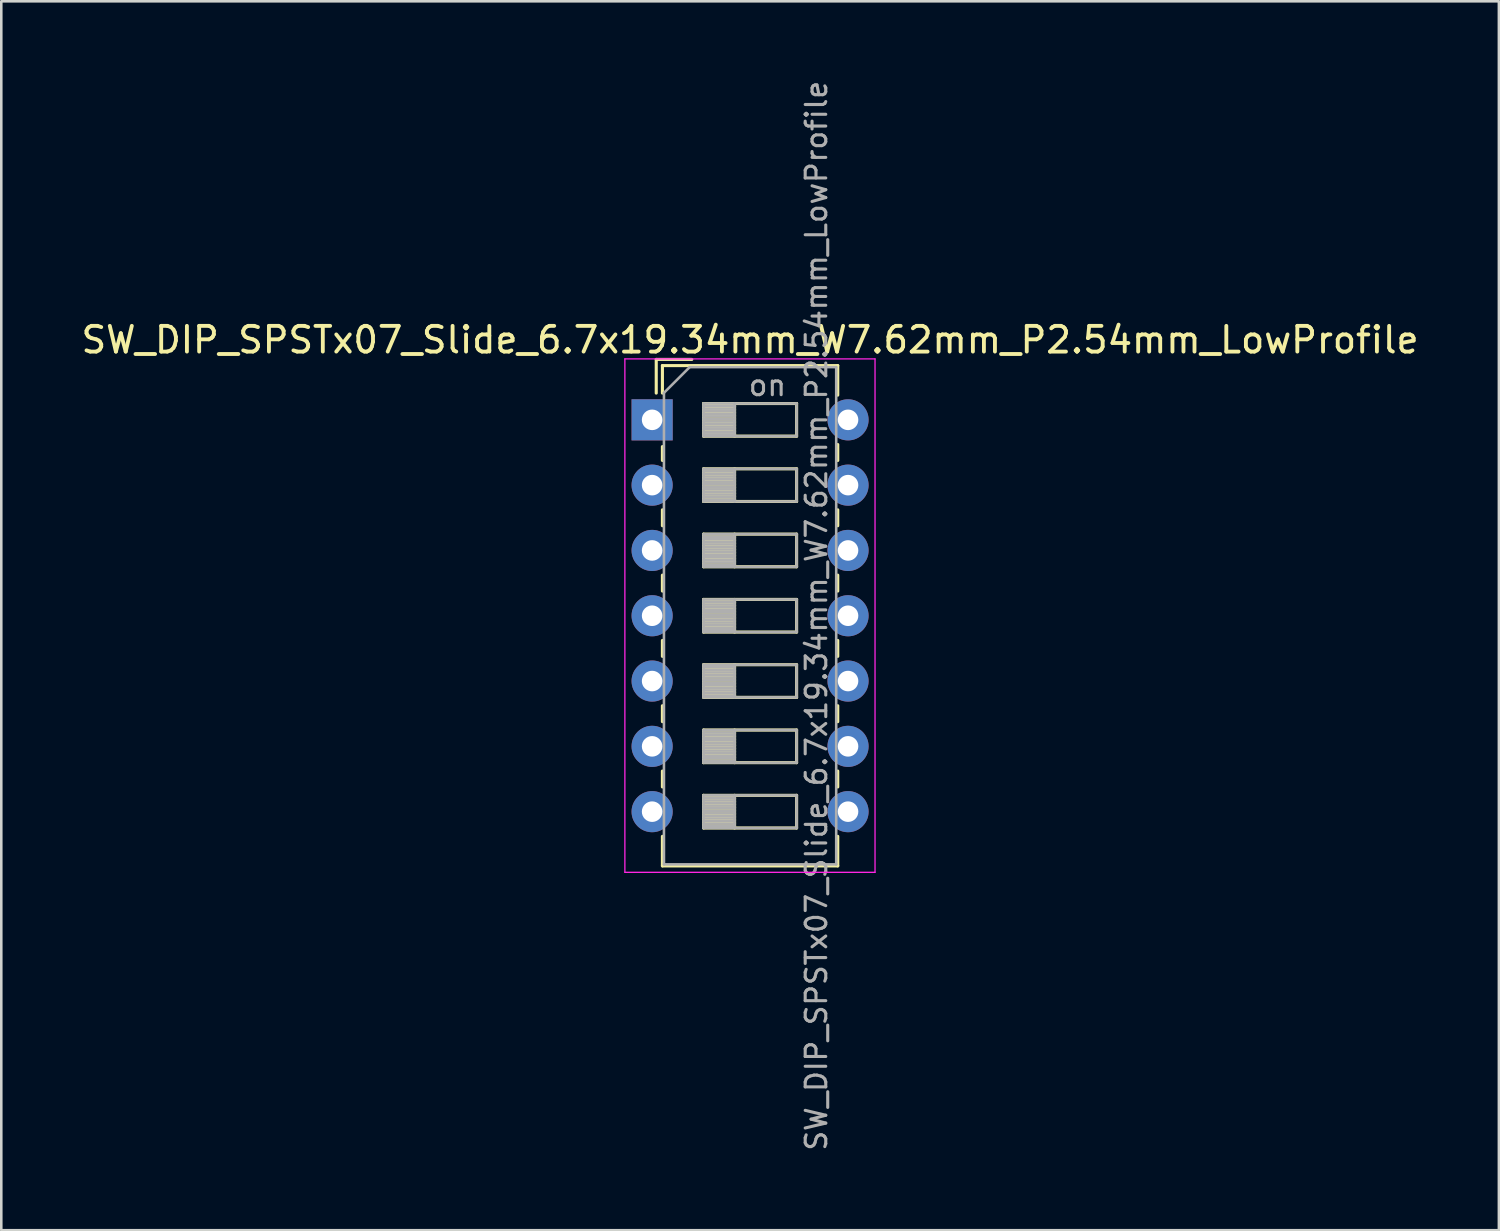
<source format=kicad_pcb>
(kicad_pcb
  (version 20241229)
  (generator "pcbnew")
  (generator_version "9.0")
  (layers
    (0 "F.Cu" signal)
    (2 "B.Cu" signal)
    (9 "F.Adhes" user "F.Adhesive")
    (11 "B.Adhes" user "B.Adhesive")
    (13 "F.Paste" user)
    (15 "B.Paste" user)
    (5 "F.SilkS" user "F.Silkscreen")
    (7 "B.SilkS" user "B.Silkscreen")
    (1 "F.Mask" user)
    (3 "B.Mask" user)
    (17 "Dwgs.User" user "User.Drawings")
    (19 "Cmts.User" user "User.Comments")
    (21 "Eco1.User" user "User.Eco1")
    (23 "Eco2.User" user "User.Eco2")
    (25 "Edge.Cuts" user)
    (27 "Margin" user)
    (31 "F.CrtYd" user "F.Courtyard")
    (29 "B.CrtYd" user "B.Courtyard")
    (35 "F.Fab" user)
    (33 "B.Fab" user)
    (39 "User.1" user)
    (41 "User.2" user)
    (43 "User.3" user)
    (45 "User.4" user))
  (footprint "SW_DIP_SPSTx07_Slide_6.7x19.34mm_W7.62mm_P2.54mm_LowProfile"
    (layer "F.Cu")
    (at 22.315 13.28)
    (property "Reference" "SW_DIP_SPSTx07_Slide_6.7x19.34mm_W7.62mm_P2.54mm_LowProfile" (at 3.81 -3.11 0) (layer "F.SilkS") (effects (font (size 1 1) (thickness 0.15))))
    (attr through_hole)
    (fp_line (start 0.16 -2.35) (end 0.16 -1.04) (stroke (width 0.12) (type solid)) (layer "F.SilkS"))
    (fp_line (start 0.16 -2.35) (end 1.543 -2.35) (stroke (width 0.12) (type solid)) (layer "F.SilkS"))
    (fp_line (start 0.4 -2.11) (end 0.4 -1.04) (stroke (width 0.12) (type solid)) (layer "F.SilkS"))
    (fp_line (start 0.4 -2.11) (end 7.22 -2.11) (stroke (width 0.12) (type solid)) (layer "F.SilkS"))
    (fp_line (start 0.4 1.04) (end 0.4 1.58) (stroke (width 0.12) (type solid)) (layer "F.SilkS"))
    (fp_line (start 0.4 3.5) (end 0.4 4.12) (stroke (width 0.12) (type solid)) (layer "F.SilkS"))
    (fp_line (start 0.4 6.04) (end 0.4 6.66) (stroke (width 0.12) (type solid)) (layer "F.SilkS"))
    (fp_line (start 0.4 8.58) (end 0.4 9.2) (stroke (width 0.12) (type solid)) (layer "F.SilkS"))
    (fp_line (start 0.4 11.12) (end 0.4 11.74) (stroke (width 0.12) (type solid)) (layer "F.SilkS"))
    (fp_line (start 0.4 13.66) (end 0.4 14.28) (stroke (width 0.12) (type solid)) (layer "F.SilkS"))
    (fp_line (start 0.4 16.2) (end 0.4 17.35) (stroke (width 0.12) (type solid)) (layer "F.SilkS"))
    (fp_line (start 0.4 17.35) (end 7.22 17.35) (stroke (width 0.12) (type solid)) (layer "F.SilkS"))
    (fp_line (start 2 -0.635) (end 2 0.635) (stroke (width 0.12) (type solid)) (layer "F.SilkS"))
    (fp_line (start 2 -0.515) (end 3.207 -0.515) (stroke (width 0.12) (type solid)) (layer "F.SilkS"))
    (fp_line (start 2 -0.395) (end 3.207 -0.395) (stroke (width 0.12) (type solid)) (layer "F.SilkS"))
    (fp_line (start 2 -0.275) (end 3.207 -0.275) (stroke (width 0.12) (type solid)) (layer "F.SilkS"))
    (fp_line (start 2 -0.155) (end 3.207 -0.155) (stroke (width 0.12) (type solid)) (layer "F.SilkS"))
    (fp_line (start 2 -0.035) (end 3.207 -0.035) (stroke (width 0.12) (type solid)) (layer "F.SilkS"))
    (fp_line (start 2 0.085) (end 3.207 0.085) (stroke (width 0.12) (type solid)) (layer "F.SilkS"))
    (fp_line (start 2 0.205) (end 3.207 0.205) (stroke (width 0.12) (type solid)) (layer "F.SilkS"))
    (fp_line (start 2 0.325) (end 3.207 0.325) (stroke (width 0.12) (type solid)) (layer "F.SilkS"))
    (fp_line (start 2 0.445) (end 3.207 0.445) (stroke (width 0.12) (type solid)) (layer "F.SilkS"))
    (fp_line (start 2 0.565) (end 3.207 0.565) (stroke (width 0.12) (type solid)) (layer "F.SilkS"))
    (fp_line (start 2 0.635) (end 5.62 0.635) (stroke (width 0.12) (type solid)) (layer "F.SilkS"))
    (fp_line (start 2 1.905) (end 2 3.175) (stroke (width 0.12) (type solid)) (layer "F.SilkS"))
    (fp_line (start 2 2.025) (end 3.207 2.025) (stroke (width 0.12) (type solid)) (layer "F.SilkS"))
    (fp_line (start 2 2.145) (end 3.207 2.145) (stroke (width 0.12) (type solid)) (layer "F.SilkS"))
    (fp_line (start 2 2.265) (end 3.207 2.265) (stroke (width 0.12) (type solid)) (layer "F.SilkS"))
    (fp_line (start 2 2.385) (end 3.207 2.385) (stroke (width 0.12) (type solid)) (layer "F.SilkS"))
    (fp_line (start 2 2.505) (end 3.207 2.505) (stroke (width 0.12) (type solid)) (layer "F.SilkS"))
    (fp_line (start 2 2.625) (end 3.207 2.625) (stroke (width 0.12) (type solid)) (layer "F.SilkS"))
    (fp_line (start 2 2.745) (end 3.207 2.745) (stroke (width 0.12) (type solid)) (layer "F.SilkS"))
    (fp_line (start 2 2.865) (end 3.207 2.865) (stroke (width 0.12) (type solid)) (layer "F.SilkS"))
    (fp_line (start 2 2.985) (end 3.207 2.985) (stroke (width 0.12) (type solid)) (layer "F.SilkS"))
    (fp_line (start 2 3.105) (end 3.207 3.105) (stroke (width 0.12) (type solid)) (layer "F.SilkS"))
    (fp_line (start 2 3.175) (end 5.62 3.175) (stroke (width 0.12) (type solid)) (layer "F.SilkS"))
    (fp_line (start 2 4.445) (end 2 5.715) (stroke (width 0.12) (type solid)) (layer "F.SilkS"))
    (fp_line (start 2 4.565) (end 3.207 4.565) (stroke (width 0.12) (type solid)) (layer "F.SilkS"))
    (fp_line (start 2 4.685) (end 3.207 4.685) (stroke (width 0.12) (type solid)) (layer "F.SilkS"))
    (fp_line (start 2 4.805) (end 3.207 4.805) (stroke (width 0.12) (type solid)) (layer "F.SilkS"))
    (fp_line (start 2 4.925) (end 3.207 4.925) (stroke (width 0.12) (type solid)) (layer "F.SilkS"))
    (fp_line (start 2 5.045) (end 3.207 5.045) (stroke (width 0.12) (type solid)) (layer "F.SilkS"))
    (fp_line (start 2 5.165) (end 3.207 5.165) (stroke (width 0.12) (type solid)) (layer "F.SilkS"))
    (fp_line (start 2 5.285) (end 3.207 5.285) (stroke (width 0.12) (type solid)) (layer "F.SilkS"))
    (fp_line (start 2 5.405) (end 3.207 5.405) (stroke (width 0.12) (type solid)) (layer "F.SilkS"))
    (fp_line (start 2 5.525) (end 3.207 5.525) (stroke (width 0.12) (type solid)) (layer "F.SilkS"))
    (fp_line (start 2 5.645) (end 3.207 5.645) (stroke (width 0.12) (type solid)) (layer "F.SilkS"))
    (fp_line (start 2 5.715) (end 5.62 5.715) (stroke (width 0.12) (type solid)) (layer "F.SilkS"))
    (fp_line (start 2 6.985) (end 2 8.255) (stroke (width 0.12) (type solid)) (layer "F.SilkS"))
    (fp_line (start 2 7.105) (end 3.207 7.105) (stroke (width 0.12) (type solid)) (layer "F.SilkS"))
    (fp_line (start 2 7.225) (end 3.207 7.225) (stroke (width 0.12) (type solid)) (layer "F.SilkS"))
    (fp_line (start 2 7.345) (end 3.207 7.345) (stroke (width 0.12) (type solid)) (layer "F.SilkS"))
    (fp_line (start 2 7.465) (end 3.207 7.465) (stroke (width 0.12) (type solid)) (layer "F.SilkS"))
    (fp_line (start 2 7.585) (end 3.207 7.585) (stroke (width 0.12) (type solid)) (layer "F.SilkS"))
    (fp_line (start 2 7.705) (end 3.207 7.705) (stroke (width 0.12) (type solid)) (layer "F.SilkS"))
    (fp_line (start 2 7.825) (end 3.207 7.825) (stroke (width 0.12) (type solid)) (layer "F.SilkS"))
    (fp_line (start 2 7.945) (end 3.207 7.945) (stroke (width 0.12) (type solid)) (layer "F.SilkS"))
    (fp_line (start 2 8.065) (end 3.207 8.065) (stroke (width 0.12) (type solid)) (layer "F.SilkS"))
    (fp_line (start 2 8.185) (end 3.207 8.185) (stroke (width 0.12) (type solid)) (layer "F.SilkS"))
    (fp_line (start 2 8.255) (end 5.62 8.255) (stroke (width 0.12) (type solid)) (layer "F.SilkS"))
    (fp_line (start 2 9.525) (end 2 10.795) (stroke (width 0.12) (type solid)) (layer "F.SilkS"))
    (fp_line (start 2 9.645) (end 3.207 9.645) (stroke (width 0.12) (type solid)) (layer "F.SilkS"))
    (fp_line (start 2 9.765) (end 3.207 9.765) (stroke (width 0.12) (type solid)) (layer "F.SilkS"))
    (fp_line (start 2 9.885) (end 3.207 9.885) (stroke (width 0.12) (type solid)) (layer "F.SilkS"))
    (fp_line (start 2 10.005) (end 3.207 10.005) (stroke (width 0.12) (type solid)) (layer "F.SilkS"))
    (fp_line (start 2 10.125) (end 3.207 10.125) (stroke (width 0.12) (type solid)) (layer "F.SilkS"))
    (fp_line (start 2 10.245) (end 3.207 10.245) (stroke (width 0.12) (type solid)) (layer "F.SilkS"))
    (fp_line (start 2 10.365) (end 3.207 10.365) (stroke (width 0.12) (type solid)) (layer "F.SilkS"))
    (fp_line (start 2 10.485) (end 3.207 10.485) (stroke (width 0.12) (type solid)) (layer "F.SilkS"))
    (fp_line (start 2 10.605) (end 3.207 10.605) (stroke (width 0.12) (type solid)) (layer "F.SilkS"))
    (fp_line (start 2 10.725) (end 3.207 10.725) (stroke (width 0.12) (type solid)) (layer "F.SilkS"))
    (fp_line (start 2 10.795) (end 5.62 10.795) (stroke (width 0.12) (type solid)) (layer "F.SilkS"))
    (fp_line (start 2 12.065) (end 2 13.335) (stroke (width 0.12) (type solid)) (layer "F.SilkS"))
    (fp_line (start 2 12.185) (end 3.207 12.185) (stroke (width 0.12) (type solid)) (layer "F.SilkS"))
    (fp_line (start 2 12.305) (end 3.207 12.305) (stroke (width 0.12) (type solid)) (layer "F.SilkS"))
    (fp_line (start 2 12.425) (end 3.207 12.425) (stroke (width 0.12) (type solid)) (layer "F.SilkS"))
    (fp_line (start 2 12.545) (end 3.207 12.545) (stroke (width 0.12) (type solid)) (layer "F.SilkS"))
    (fp_line (start 2 12.665) (end 3.207 12.665) (stroke (width 0.12) (type solid)) (layer "F.SilkS"))
    (fp_line (start 2 12.785) (end 3.207 12.785) (stroke (width 0.12) (type solid)) (layer "F.SilkS"))
    (fp_line (start 2 12.905) (end 3.207 12.905) (stroke (width 0.12) (type solid)) (layer "F.SilkS"))
    (fp_line (start 2 13.025) (end 3.207 13.025) (stroke (width 0.12) (type solid)) (layer "F.SilkS"))
    (fp_line (start 2 13.145) (end 3.207 13.145) (stroke (width 0.12) (type solid)) (layer "F.SilkS"))
    (fp_line (start 2 13.265) (end 3.207 13.265) (stroke (width 0.12) (type solid)) (layer "F.SilkS"))
    (fp_line (start 2 13.335) (end 5.62 13.335) (stroke (width 0.12) (type solid)) (layer "F.SilkS"))
    (fp_line (start 2 14.605) (end 2 15.875) (stroke (width 0.12) (type solid)) (layer "F.SilkS"))
    (fp_line (start 2 14.725) (end 3.207 14.725) (stroke (width 0.12) (type solid)) (layer "F.SilkS"))
    (fp_line (start 2 14.845) (end 3.207 14.845) (stroke (width 0.12) (type solid)) (layer "F.SilkS"))
    (fp_line (start 2 14.965) (end 3.207 14.965) (stroke (width 0.12) (type solid)) (layer "F.SilkS"))
    (fp_line (start 2 15.085) (end 3.207 15.085) (stroke (width 0.12) (type solid)) (layer "F.SilkS"))
    (fp_line (start 2 15.205) (end 3.207 15.205) (stroke (width 0.12) (type solid)) (layer "F.SilkS"))
    (fp_line (start 2 15.325) (end 3.207 15.325) (stroke (width 0.12) (type solid)) (layer "F.SilkS"))
    (fp_line (start 2 15.445) (end 3.207 15.445) (stroke (width 0.12) (type solid)) (layer "F.SilkS"))
    (fp_line (start 2 15.565) (end 3.207 15.565) (stroke (width 0.12) (type solid)) (layer "F.SilkS"))
    (fp_line (start 2 15.685) (end 3.207 15.685) (stroke (width 0.12) (type solid)) (layer "F.SilkS"))
    (fp_line (start 2 15.805) (end 3.207 15.805) (stroke (width 0.12) (type solid)) (layer "F.SilkS"))
    (fp_line (start 2 15.875) (end 5.62 15.875) (stroke (width 0.12) (type solid)) (layer "F.SilkS"))
    (fp_line (start 3.207 -0.635) (end 3.207 0.635) (stroke (width 0.12) (type solid)) (layer "F.SilkS"))
    (fp_line (start 3.207 1.905) (end 3.207 3.175) (stroke (width 0.12) (type solid)) (layer "F.SilkS"))
    (fp_line (start 3.207 4.445) (end 3.207 5.715) (stroke (width 0.12) (type solid)) (layer "F.SilkS"))
    (fp_line (start 3.207 6.985) (end 3.207 8.255) (stroke (width 0.12) (type solid)) (layer "F.SilkS"))
    (fp_line (start 3.207 9.525) (end 3.207 10.795) (stroke (width 0.12) (type solid)) (layer "F.SilkS"))
    (fp_line (start 3.207 12.065) (end 3.207 13.335) (stroke (width 0.12) (type solid)) (layer "F.SilkS"))
    (fp_line (start 3.207 14.605) (end 3.207 15.875) (stroke (width 0.12) (type solid)) (layer "F.SilkS"))
    (fp_line (start 5.62 -0.635) (end 2 -0.635) (stroke (width 0.12) (type solid)) (layer "F.SilkS"))
    (fp_line (start 5.62 0.635) (end 5.62 -0.635) (stroke (width 0.12) (type solid)) (layer "F.SilkS"))
    (fp_line (start 5.62 1.905) (end 2 1.905) (stroke (width 0.12) (type solid)) (layer "F.SilkS"))
    (fp_line (start 5.62 3.175) (end 5.62 1.905) (stroke (width 0.12) (type solid)) (layer "F.SilkS"))
    (fp_line (start 5.62 4.445) (end 2 4.445) (stroke (width 0.12) (type solid)) (layer "F.SilkS"))
    (fp_line (start 5.62 5.715) (end 5.62 4.445) (stroke (width 0.12) (type solid)) (layer "F.SilkS"))
    (fp_line (start 5.62 6.985) (end 2 6.985) (stroke (width 0.12) (type solid)) (layer "F.SilkS"))
    (fp_line (start 5.62 8.255) (end 5.62 6.985) (stroke (width 0.12) (type solid)) (layer "F.SilkS"))
    (fp_line (start 5.62 9.525) (end 2 9.525) (stroke (width 0.12) (type solid)) (layer "F.SilkS"))
    (fp_line (start 5.62 10.795) (end 5.62 9.525) (stroke (width 0.12) (type solid)) (layer "F.SilkS"))
    (fp_line (start 5.62 12.065) (end 2 12.065) (stroke (width 0.12) (type solid)) (layer "F.SilkS"))
    (fp_line (start 5.62 13.335) (end 5.62 12.065) (stroke (width 0.12) (type solid)) (layer "F.SilkS"))
    (fp_line (start 5.62 14.605) (end 2 14.605) (stroke (width 0.12) (type solid)) (layer "F.SilkS"))
    (fp_line (start 5.62 15.875) (end 5.62 14.605) (stroke (width 0.12) (type solid)) (layer "F.SilkS"))
    (fp_line (start 7.22 -2.11) (end 7.22 -0.96) (stroke (width 0.12) (type solid)) (layer "F.SilkS"))
    (fp_line (start 7.22 0.96) (end 7.22 1.58) (stroke (width 0.12) (type solid)) (layer "F.SilkS"))
    (fp_line (start 7.22 3.5) (end 7.22 4.12) (stroke (width 0.12) (type solid)) (layer "F.SilkS"))
    (fp_line (start 7.22 6.04) (end 7.22 6.66) (stroke (width 0.12) (type solid)) (layer "F.SilkS"))
    (fp_line (start 7.22 8.58) (end 7.22 9.2) (stroke (width 0.12) (type solid)) (layer "F.SilkS"))
    (fp_line (start 7.22 11.12) (end 7.22 11.74) (stroke (width 0.12) (type solid)) (layer "F.SilkS"))
    (fp_line (start 7.22 13.66) (end 7.22 14.28) (stroke (width 0.12) (type solid)) (layer "F.SilkS"))
    (fp_line (start 7.22 16.2) (end 7.22 17.35) (stroke (width 0.12) (type solid)) (layer "F.SilkS"))
    (fp_line (start -1.06 -2.37) (end -1.06 17.6) (stroke (width 0.05) (type solid)) (layer "F.CrtYd"))
    (fp_line (start -1.06 17.6) (end 8.67 17.6) (stroke (width 0.05) (type solid)) (layer "F.CrtYd"))
    (fp_line (start 8.67 -2.37) (end -1.06 -2.37) (stroke (width 0.05) (type solid)) (layer "F.CrtYd"))
    (fp_line (start 8.67 17.6) (end 8.67 -2.37) (stroke (width 0.05) (type solid)) (layer "F.CrtYd"))
    (fp_line (start 0.46 -1.05) (end 1.46 -2.05) (stroke (width 0.1) (type solid)) (layer "F.Fab"))
    (fp_line (start 0.46 17.29) (end 0.46 -1.05) (stroke (width 0.1) (type solid)) (layer "F.Fab"))
    (fp_line (start 1.46 -2.05) (end 7.16 -2.05) (stroke (width 0.1) (type solid)) (layer "F.Fab"))
    (fp_line (start 2 -0.635) (end 2 0.635) (stroke (width 0.1) (type solid)) (layer "F.Fab"))
    (fp_line (start 2 -0.535) (end 3.207 -0.535) (stroke (width 0.1) (type solid)) (layer "F.Fab"))
    (fp_line (start 2 -0.435) (end 3.207 -0.435) (stroke (width 0.1) (type solid)) (layer "F.Fab"))
    (fp_line (start 2 -0.335) (end 3.207 -0.335) (stroke (width 0.1) (type solid)) (layer "F.Fab"))
    (fp_line (start 2 -0.235) (end 3.207 -0.235) (stroke (width 0.1) (type solid)) (layer "F.Fab"))
    (fp_line (start 2 -0.135) (end 3.207 -0.135) (stroke (width 0.1) (type solid)) (layer "F.Fab"))
    (fp_line (start 2 -0.035) (end 3.207 -0.035) (stroke (width 0.1) (type solid)) (layer "F.Fab"))
    (fp_line (start 2 0.065) (end 3.207 0.065) (stroke (width 0.1) (type solid)) (layer "F.Fab"))
    (fp_line (start 2 0.165) (end 3.207 0.165) (stroke (width 0.1) (type solid)) (layer "F.Fab"))
    (fp_line (start 2 0.265) (end 3.207 0.265) (stroke (width 0.1) (type solid)) (layer "F.Fab"))
    (fp_line (start 2 0.365) (end 3.207 0.365) (stroke (width 0.1) (type solid)) (layer "F.Fab"))
    (fp_line (start 2 0.465) (end 3.207 0.465) (stroke (width 0.1) (type solid)) (layer "F.Fab"))
    (fp_line (start 2 0.565) (end 3.207 0.565) (stroke (width 0.1) (type solid)) (layer "F.Fab"))
    (fp_line (start 2 0.635) (end 5.62 0.635) (stroke (width 0.1) (type solid)) (layer "F.Fab"))
    (fp_line (start 2 1.905) (end 2 3.175) (stroke (width 0.1) (type solid)) (layer "F.Fab"))
    (fp_line (start 2 2.005) (end 3.207 2.005) (stroke (width 0.1) (type solid)) (layer "F.Fab"))
    (fp_line (start 2 2.105) (end 3.207 2.105) (stroke (width 0.1) (type solid)) (layer "F.Fab"))
    (fp_line (start 2 2.205) (end 3.207 2.205) (stroke (width 0.1) (type solid)) (layer "F.Fab"))
    (fp_line (start 2 2.305) (end 3.207 2.305) (stroke (width 0.1) (type solid)) (layer "F.Fab"))
    (fp_line (start 2 2.405) (end 3.207 2.405) (stroke (width 0.1) (type solid)) (layer "F.Fab"))
    (fp_line (start 2 2.505) (end 3.207 2.505) (stroke (width 0.1) (type solid)) (layer "F.Fab"))
    (fp_line (start 2 2.605) (end 3.207 2.605) (stroke (width 0.1) (type solid)) (layer "F.Fab"))
    (fp_line (start 2 2.705) (end 3.207 2.705) (stroke (width 0.1) (type solid)) (layer "F.Fab"))
    (fp_line (start 2 2.805) (end 3.207 2.805) (stroke (width 0.1) (type solid)) (layer "F.Fab"))
    (fp_line (start 2 2.905) (end 3.207 2.905) (stroke (width 0.1) (type solid)) (layer "F.Fab"))
    (fp_line (start 2 3.005) (end 3.207 3.005) (stroke (width 0.1) (type solid)) (layer "F.Fab"))
    (fp_line (start 2 3.105) (end 3.207 3.105) (stroke (width 0.1) (type solid)) (layer "F.Fab"))
    (fp_line (start 2 3.175) (end 5.62 3.175) (stroke (width 0.1) (type solid)) (layer "F.Fab"))
    (fp_line (start 2 4.445) (end 2 5.715) (stroke (width 0.1) (type solid)) (layer "F.Fab"))
    (fp_line (start 2 4.545) (end 3.207 4.545) (stroke (width 0.1) (type solid)) (layer "F.Fab"))
    (fp_line (start 2 4.645) (end 3.207 4.645) (stroke (width 0.1) (type solid)) (layer "F.Fab"))
    (fp_line (start 2 4.745) (end 3.207 4.745) (stroke (width 0.1) (type solid)) (layer "F.Fab"))
    (fp_line (start 2 4.845) (end 3.207 4.845) (stroke (width 0.1) (type solid)) (layer "F.Fab"))
    (fp_line (start 2 4.945) (end 3.207 4.945) (stroke (width 0.1) (type solid)) (layer "F.Fab"))
    (fp_line (start 2 5.045) (end 3.207 5.045) (stroke (width 0.1) (type solid)) (layer "F.Fab"))
    (fp_line (start 2 5.145) (end 3.207 5.145) (stroke (width 0.1) (type solid)) (layer "F.Fab"))
    (fp_line (start 2 5.245) (end 3.207 5.245) (stroke (width 0.1) (type solid)) (layer "F.Fab"))
    (fp_line (start 2 5.345) (end 3.207 5.345) (stroke (width 0.1) (type solid)) (layer "F.Fab"))
    (fp_line (start 2 5.445) (end 3.207 5.445) (stroke (width 0.1) (type solid)) (layer "F.Fab"))
    (fp_line (start 2 5.545) (end 3.207 5.545) (stroke (width 0.1) (type solid)) (layer "F.Fab"))
    (fp_line (start 2 5.645) (end 3.207 5.645) (stroke (width 0.1) (type solid)) (layer "F.Fab"))
    (fp_line (start 2 5.715) (end 5.62 5.715) (stroke (width 0.1) (type solid)) (layer "F.Fab"))
    (fp_line (start 2 6.985) (end 2 8.255) (stroke (width 0.1) (type solid)) (layer "F.Fab"))
    (fp_line (start 2 7.085) (end 3.207 7.085) (stroke (width 0.1) (type solid)) (layer "F.Fab"))
    (fp_line (start 2 7.185) (end 3.207 7.185) (stroke (width 0.1) (type solid)) (layer "F.Fab"))
    (fp_line (start 2 7.285) (end 3.207 7.285) (stroke (width 0.1) (type solid)) (layer "F.Fab"))
    (fp_line (start 2 7.385) (end 3.207 7.385) (stroke (width 0.1) (type solid)) (layer "F.Fab"))
    (fp_line (start 2 7.485) (end 3.207 7.485) (stroke (width 0.1) (type solid)) (layer "F.Fab"))
    (fp_line (start 2 7.585) (end 3.207 7.585) (stroke (width 0.1) (type solid)) (layer "F.Fab"))
    (fp_line (start 2 7.685) (end 3.207 7.685) (stroke (width 0.1) (type solid)) (layer "F.Fab"))
    (fp_line (start 2 7.785) (end 3.207 7.785) (stroke (width 0.1) (type solid)) (layer "F.Fab"))
    (fp_line (start 2 7.885) (end 3.207 7.885) (stroke (width 0.1) (type solid)) (layer "F.Fab"))
    (fp_line (start 2 7.985) (end 3.207 7.985) (stroke (width 0.1) (type solid)) (layer "F.Fab"))
    (fp_line (start 2 8.085) (end 3.207 8.085) (stroke (width 0.1) (type solid)) (layer "F.Fab"))
    (fp_line (start 2 8.185) (end 3.207 8.185) (stroke (width 0.1) (type solid)) (layer "F.Fab"))
    (fp_line (start 2 8.255) (end 5.62 8.255) (stroke (width 0.1) (type solid)) (layer "F.Fab"))
    (fp_line (start 2 9.525) (end 2 10.795) (stroke (width 0.1) (type solid)) (layer "F.Fab"))
    (fp_line (start 2 9.625) (end 3.207 9.625) (stroke (width 0.1) (type solid)) (layer "F.Fab"))
    (fp_line (start 2 9.725) (end 3.207 9.725) (stroke (width 0.1) (type solid)) (layer "F.Fab"))
    (fp_line (start 2 9.825) (end 3.207 9.825) (stroke (width 0.1) (type solid)) (layer "F.Fab"))
    (fp_line (start 2 9.925) (end 3.207 9.925) (stroke (width 0.1) (type solid)) (layer "F.Fab"))
    (fp_line (start 2 10.025) (end 3.207 10.025) (stroke (width 0.1) (type solid)) (layer "F.Fab"))
    (fp_line (start 2 10.125) (end 3.207 10.125) (stroke (width 0.1) (type solid)) (layer "F.Fab"))
    (fp_line (start 2 10.225) (end 3.207 10.225) (stroke (width 0.1) (type solid)) (layer "F.Fab"))
    (fp_line (start 2 10.325) (end 3.207 10.325) (stroke (width 0.1) (type solid)) (layer "F.Fab"))
    (fp_line (start 2 10.425) (end 3.207 10.425) (stroke (width 0.1) (type solid)) (layer "F.Fab"))
    (fp_line (start 2 10.525) (end 3.207 10.525) (stroke (width 0.1) (type solid)) (layer "F.Fab"))
    (fp_line (start 2 10.625) (end 3.207 10.625) (stroke (width 0.1) (type solid)) (layer "F.Fab"))
    (fp_line (start 2 10.725) (end 3.207 10.725) (stroke (width 0.1) (type solid)) (layer "F.Fab"))
    (fp_line (start 2 10.795) (end 5.62 10.795) (stroke (width 0.1) (type solid)) (layer "F.Fab"))
    (fp_line (start 2 12.065) (end 2 13.335) (stroke (width 0.1) (type solid)) (layer "F.Fab"))
    (fp_line (start 2 12.165) (end 3.207 12.165) (stroke (width 0.1) (type solid)) (layer "F.Fab"))
    (fp_line (start 2 12.265) (end 3.207 12.265) (stroke (width 0.1) (type solid)) (layer "F.Fab"))
    (fp_line (start 2 12.365) (end 3.207 12.365) (stroke (width 0.1) (type solid)) (layer "F.Fab"))
    (fp_line (start 2 12.465) (end 3.207 12.465) (stroke (width 0.1) (type solid)) (layer "F.Fab"))
    (fp_line (start 2 12.565) (end 3.207 12.565) (stroke (width 0.1) (type solid)) (layer "F.Fab"))
    (fp_line (start 2 12.665) (end 3.207 12.665) (stroke (width 0.1) (type solid)) (layer "F.Fab"))
    (fp_line (start 2 12.765) (end 3.207 12.765) (stroke (width 0.1) (type solid)) (layer "F.Fab"))
    (fp_line (start 2 12.865) (end 3.207 12.865) (stroke (width 0.1) (type solid)) (layer "F.Fab"))
    (fp_line (start 2 12.965) (end 3.207 12.965) (stroke (width 0.1) (type solid)) (layer "F.Fab"))
    (fp_line (start 2 13.065) (end 3.207 13.065) (stroke (width 0.1) (type solid)) (layer "F.Fab"))
    (fp_line (start 2 13.165) (end 3.207 13.165) (stroke (width 0.1) (type solid)) (layer "F.Fab"))
    (fp_line (start 2 13.265) (end 3.207 13.265) (stroke (width 0.1) (type solid)) (layer "F.Fab"))
    (fp_line (start 2 13.335) (end 5.62 13.335) (stroke (width 0.1) (type solid)) (layer "F.Fab"))
    (fp_line (start 2 14.605) (end 2 15.875) (stroke (width 0.1) (type solid)) (layer "F.Fab"))
    (fp_line (start 2 14.705) (end 3.207 14.705) (stroke (width 0.1) (type solid)) (layer "F.Fab"))
    (fp_line (start 2 14.805) (end 3.207 14.805) (stroke (width 0.1) (type solid)) (layer "F.Fab"))
    (fp_line (start 2 14.905) (end 3.207 14.905) (stroke (width 0.1) (type solid)) (layer "F.Fab"))
    (fp_line (start 2 15.005) (end 3.207 15.005) (stroke (width 0.1) (type solid)) (layer "F.Fab"))
    (fp_line (start 2 15.105) (end 3.207 15.105) (stroke (width 0.1) (type solid)) (layer "F.Fab"))
    (fp_line (start 2 15.205) (end 3.207 15.205) (stroke (width 0.1) (type solid)) (layer "F.Fab"))
    (fp_line (start 2 15.305) (end 3.207 15.305) (stroke (width 0.1) (type solid)) (layer "F.Fab"))
    (fp_line (start 2 15.405) (end 3.207 15.405) (stroke (width 0.1) (type solid)) (layer "F.Fab"))
    (fp_line (start 2 15.505) (end 3.207 15.505) (stroke (width 0.1) (type solid)) (layer "F.Fab"))
    (fp_line (start 2 15.605) (end 3.207 15.605) (stroke (width 0.1) (type solid)) (layer "F.Fab"))
    (fp_line (start 2 15.705) (end 3.207 15.705) (stroke (width 0.1) (type solid)) (layer "F.Fab"))
    (fp_line (start 2 15.805) (end 3.207 15.805) (stroke (width 0.1) (type solid)) (layer "F.Fab"))
    (fp_line (start 2 15.875) (end 5.62 15.875) (stroke (width 0.1) (type solid)) (layer "F.Fab"))
    (fp_line (start 3.207 -0.635) (end 3.207 0.635) (stroke (width 0.1) (type solid)) (layer "F.Fab"))
    (fp_line (start 3.207 1.905) (end 3.207 3.175) (stroke (width 0.1) (type solid)) (layer "F.Fab"))
    (fp_line (start 3.207 4.445) (end 3.207 5.715) (stroke (width 0.1) (type solid)) (layer "F.Fab"))
    (fp_line (start 3.207 6.985) (end 3.207 8.255) (stroke (width 0.1) (type solid)) (layer "F.Fab"))
    (fp_line (start 3.207 9.525) (end 3.207 10.795) (stroke (width 0.1) (type solid)) (layer "F.Fab"))
    (fp_line (start 3.207 12.065) (end 3.207 13.335) (stroke (width 0.1) (type solid)) (layer "F.Fab"))
    (fp_line (start 3.207 14.605) (end 3.207 15.875) (stroke (width 0.1) (type solid)) (layer "F.Fab"))
    (fp_line (start 5.62 -0.635) (end 2 -0.635) (stroke (width 0.1) (type solid)) (layer "F.Fab"))
    (fp_line (start 5.62 0.635) (end 5.62 -0.635) (stroke (width 0.1) (type solid)) (layer "F.Fab"))
    (fp_line (start 5.62 1.905) (end 2 1.905) (stroke (width 0.1) (type solid)) (layer "F.Fab"))
    (fp_line (start 5.62 3.175) (end 5.62 1.905) (stroke (width 0.1) (type solid)) (layer "F.Fab"))
    (fp_line (start 5.62 4.445) (end 2 4.445) (stroke (width 0.1) (type solid)) (layer "F.Fab"))
    (fp_line (start 5.62 5.715) (end 5.62 4.445) (stroke (width 0.1) (type solid)) (layer "F.Fab"))
    (fp_line (start 5.62 6.985) (end 2 6.985) (stroke (width 0.1) (type solid)) (layer "F.Fab"))
    (fp_line (start 5.62 8.255) (end 5.62 6.985) (stroke (width 0.1) (type solid)) (layer "F.Fab"))
    (fp_line (start 5.62 9.525) (end 2 9.525) (stroke (width 0.1) (type solid)) (layer "F.Fab"))
    (fp_line (start 5.62 10.795) (end 5.62 9.525) (stroke (width 0.1) (type solid)) (layer "F.Fab"))
    (fp_line (start 5.62 12.065) (end 2 12.065) (stroke (width 0.1) (type solid)) (layer "F.Fab"))
    (fp_line (start 5.62 13.335) (end 5.62 12.065) (stroke (width 0.1) (type solid)) (layer "F.Fab"))
    (fp_line (start 5.62 14.605) (end 2 14.605) (stroke (width 0.1) (type solid)) (layer "F.Fab"))
    (fp_line (start 5.62 15.875) (end 5.62 14.605) (stroke (width 0.1) (type solid)) (layer "F.Fab"))
    (fp_line (start 7.16 -2.05) (end 7.16 17.29) (stroke (width 0.1) (type solid)) (layer "F.Fab"))
    (fp_line (start 7.16 17.29) (end 0.46 17.29) (stroke (width 0.1) (type solid)) (layer "F.Fab"))
    (fp_text user "${REFERENCE}" (at 6.39 7.62 90) (layer "F.Fab") (effects (font (size 0.8 0.8) (thickness 0.12))))
    (fp_text user "on" (at 4.485 -1.343 0) (layer "F.Fab") (effects (font (size 0.8 0.8) (thickness 0.12))))
    (pad "1" thru_hole rect (at 0 0) (size 1.6 1.6) (drill 0.8) (layers "*.Cu" "*.Mask"))
    (pad "2" thru_hole circle (at 0 2.54) (size 1.6 1.6) (drill 0.8) (layers "*.Cu" "*.Mask"))
    (pad "3" thru_hole circle (at 0 5.08) (size 1.6 1.6) (drill 0.8) (layers "*.Cu" "*.Mask"))
    (pad "4" thru_hole circle (at 0 7.62) (size 1.6 1.6) (drill 0.8) (layers "*.Cu" "*.Mask"))
    (pad "5" thru_hole circle (at 0 10.16) (size 1.6 1.6) (drill 0.8) (layers "*.Cu" "*.Mask"))
    (pad "6" thru_hole circle (at 0 12.7) (size 1.6 1.6) (drill 0.8) (layers "*.Cu" "*.Mask"))
    (pad "7" thru_hole circle (at 0 15.24) (size 1.6 1.6) (drill 0.8) (layers "*.Cu" "*.Mask"))
    (pad "8" thru_hole circle (at 7.62 15.24) (size 1.6 1.6) (drill 0.8) (layers "*.Cu" "*.Mask"))
    (pad "9" thru_hole circle (at 7.62 12.7) (size 1.6 1.6) (drill 0.8) (layers "*.Cu" "*.Mask"))
    (pad "10" thru_hole circle (at 7.62 10.16) (size 1.6 1.6) (drill 0.8) (layers "*.Cu" "*.Mask"))
    (pad "11" thru_hole circle (at 7.62 7.62) (size 1.6 1.6) (drill 0.8) (layers "*.Cu" "*.Mask"))
    (pad "12" thru_hole circle (at 7.62 5.08) (size 1.6 1.6) (drill 0.8) (layers "*.Cu" "*.Mask"))
    (pad "13" thru_hole circle (at 7.62 2.54) (size 1.6 1.6) (drill 0.8) (layers "*.Cu" "*.Mask"))
    (pad "14" thru_hole circle (at 7.62 0) (size 1.6 1.6) (drill 0.8) (layers "*.Cu" "*.Mask")))
  (gr_rect
    (start -3 -3)
    (end 55.25 44.8)
    (stroke (width 0.1) (type default))
    (fill no)
    (layer "Edge.Cuts")))
</source>
